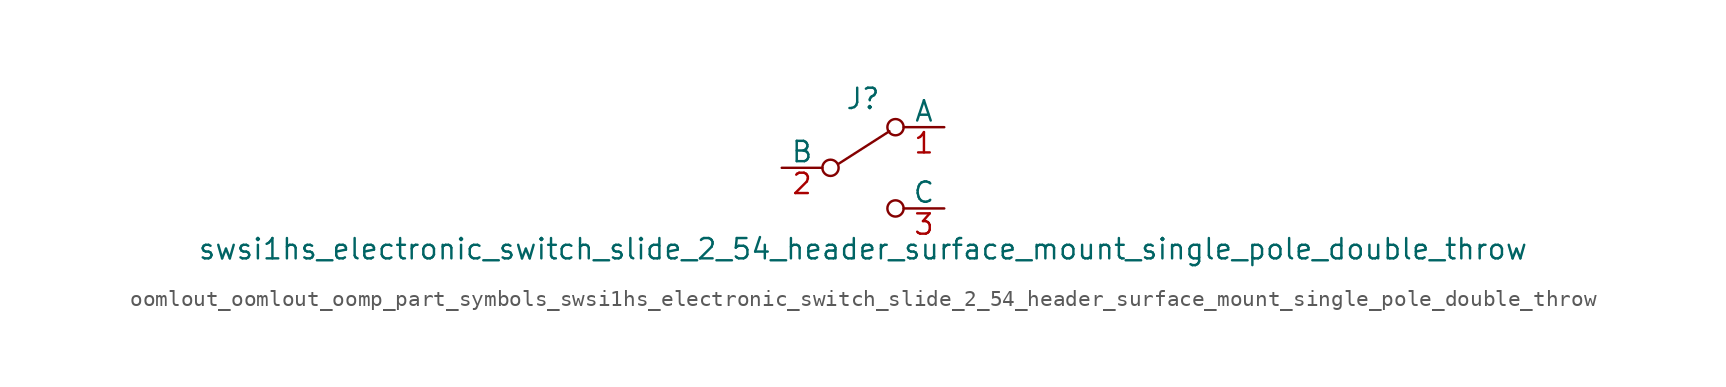
<source format=kicad_sym>
(kicad_symbol_lib
  (version 20220914)
  (generator kicad_symbol_editor)
  (symbol "oomlout_oomlout_oomp_part_symbols_swsi1hs_electronic_switch_slide_2_54_header_surface_mount_single_pole_double_throw"
    (pin_names
      (offset 0))
    (property "Reference" "J"
      (at 0 4.318 0)
      (effects (font (size 1.27 1.27))))
    (property "Value" "swsi1hs_electronic_switch_slide_2_54_header_surface_mount_single_pole_double_throw"
      (at 0 -5.08 0)
      (effects (font (size 1.27 1.27))))
    (symbol "oomlout_oomlout_oomp_part_symbols_swsi1hs_electronic_switch_slide_2_54_header_surface_mount_single_pole_double_throw_0_0"
      (circle (center -2.032 0) (radius 0.508) (stroke (width 0) (type default)) (fill (type none)))
      (circle (center 2.032 -2.54) (radius 0.508) (stroke (width 0) (type default)) (fill (type none))))
    (symbol "oomlout_oomlout_oomp_part_symbols_swsi1hs_electronic_switch_slide_2_54_header_surface_mount_single_pole_double_throw_0_1"
      (polyline (pts (xy -1.524 0.254) (xy 1.651 2.286)) (stroke (width 0) (type default)) (fill (type none)))
      (circle (center 2.032 2.54) (radius 0.508) (stroke (width 0) (type default)) (fill (type none))))
    (symbol "oomlout_oomlout_oomp_part_symbols_swsi1hs_electronic_switch_slide_2_54_header_surface_mount_single_pole_double_throw_1_1"
      (pin passive line (at 5.08 2.54 180) (length 2.54) (name "A" (effects (font (size 1.27 1.27)))) (number "1" (effects (font (size 1.27 1.27)))))
      (pin passive line (at -5.08 0 0) (length 2.54) (name "B" (effects (font (size 1.27 1.27)))) (number "2" (effects (font (size 1.27 1.27)))))
      (pin passive line (at 5.08 -2.54 180) (length 2.54) (name "C" (effects (font (size 1.27 1.27)))) (number "3" (effects (font (size 1.27 1.27))))))))
</source>
